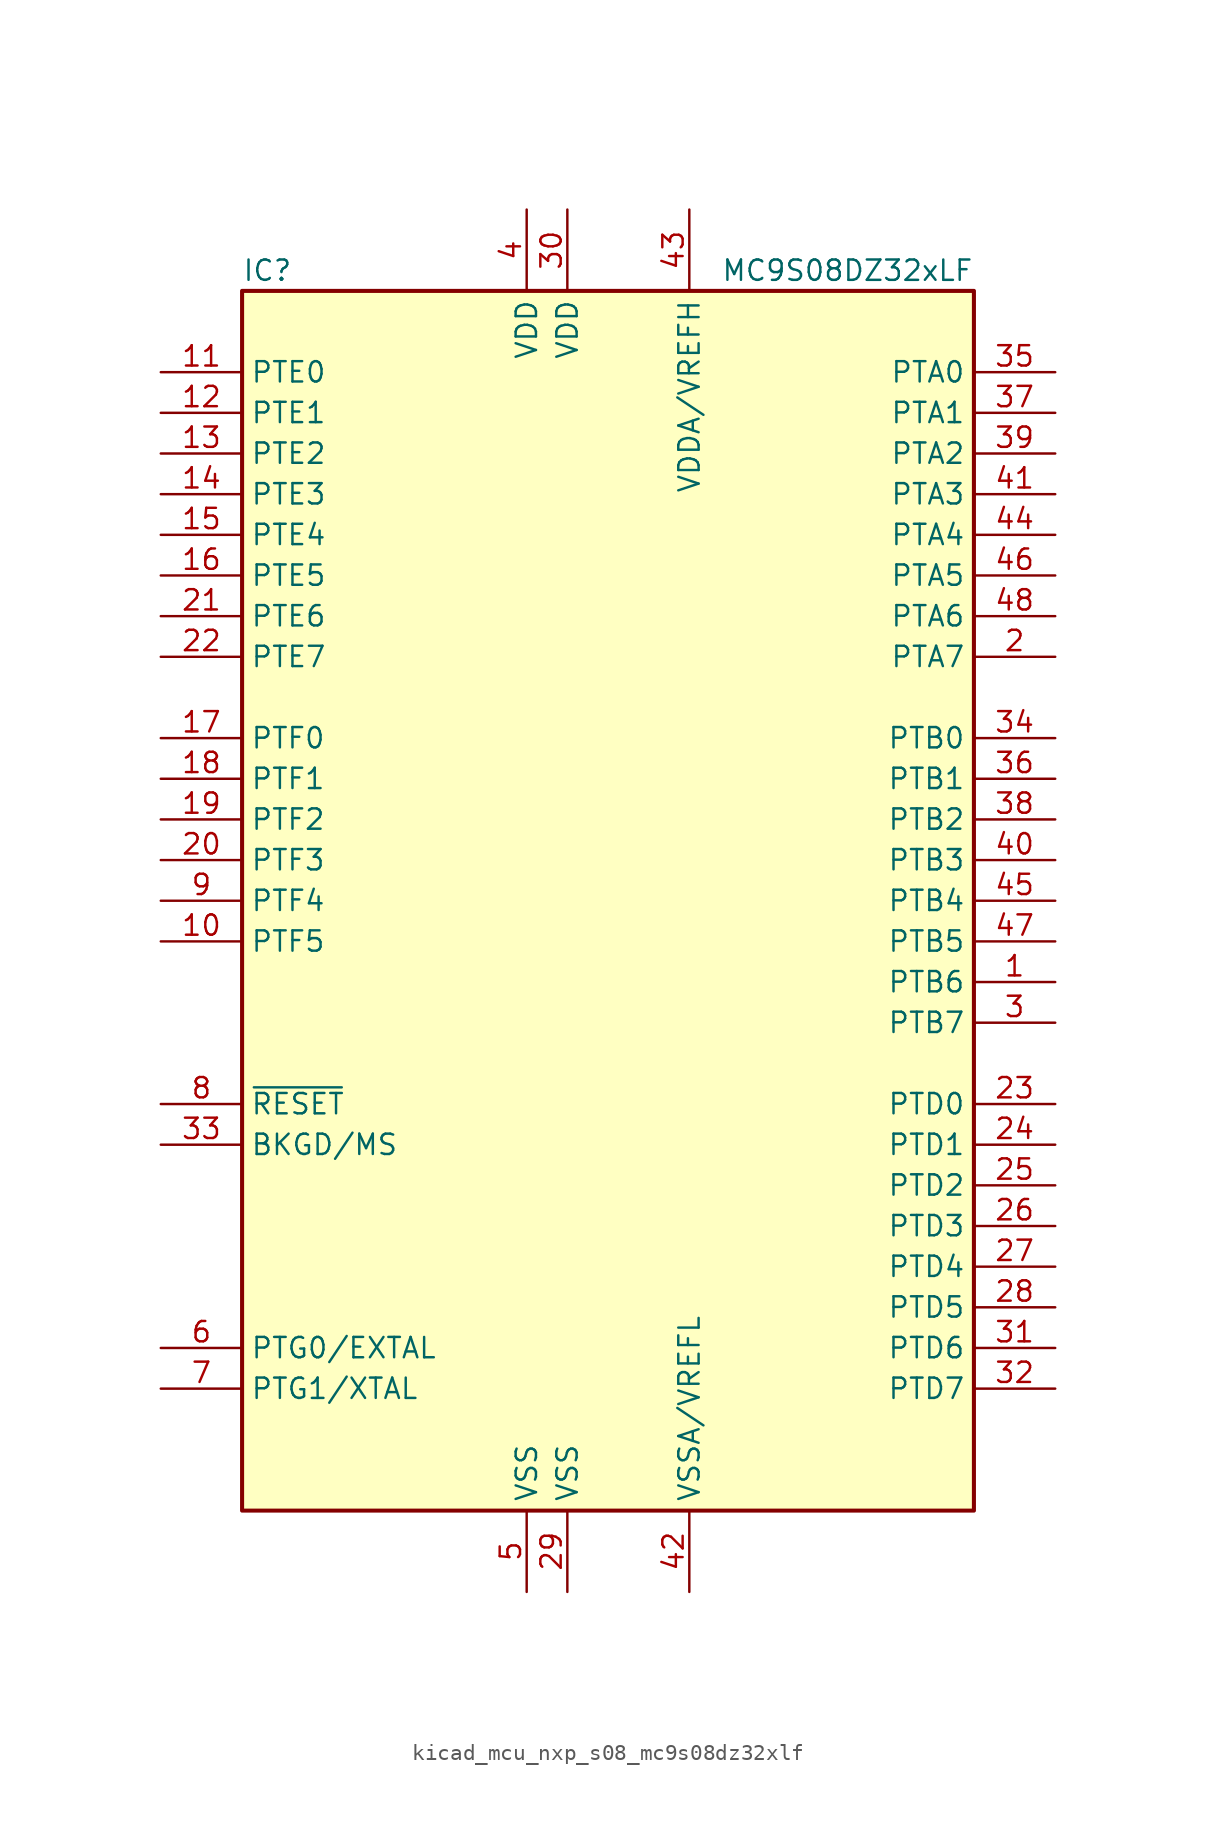
<source format=kicad_sym>
(kicad_symbol_lib
  (version 20220914)
  (generator kicad_symbol_editor)
  (symbol "kicad_mcu_nxp_s08_mc9s08dz32xlf"
    (property "Reference" "IC"
      (at -22.86 39.37 0)
      (effects (font (size 1.27 1.27)) (justify left)))
    (property "Value" "MC9S08DZ32xLF"
      (at 22.86 39.37 0)
      (effects (font (size 1.27 1.27)) (justify right)))
    (symbol "kicad_mcu_nxp_s08_mc9s08dz32xlf_0_1"
      (rectangle (start -22.86 38.1) (end 22.86 -38.1) (stroke (width 0.254) (type default)) (fill (type background))))
    (symbol "kicad_mcu_nxp_s08_mc9s08dz32xlf_1_1"
      (pin bidirectional line (at 27.94 -5.08 180) (length 5.08) (name "PTB6" (effects (font (size 1.27 1.27)))) (number "1" (effects (font (size 1.27 1.27)))))
      (pin bidirectional line (at -27.94 -2.54 0) (length 5.08) (name "PTF5" (effects (font (size 1.27 1.27)))) (number "10" (effects (font (size 1.27 1.27)))))
      (pin bidirectional line (at -27.94 33.02 0) (length 5.08) (name "PTE0" (effects (font (size 1.27 1.27)))) (number "11" (effects (font (size 1.27 1.27)))))
      (pin bidirectional line (at -27.94 30.48 0) (length 5.08) (name "PTE1" (effects (font (size 1.27 1.27)))) (number "12" (effects (font (size 1.27 1.27)))))
      (pin bidirectional line (at -27.94 27.94 0) (length 5.08) (name "PTE2" (effects (font (size 1.27 1.27)))) (number "13" (effects (font (size 1.27 1.27)))))
      (pin bidirectional line (at -27.94 25.4 0) (length 5.08) (name "PTE3" (effects (font (size 1.27 1.27)))) (number "14" (effects (font (size 1.27 1.27)))))
      (pin bidirectional line (at -27.94 22.86 0) (length 5.08) (name "PTE4" (effects (font (size 1.27 1.27)))) (number "15" (effects (font (size 1.27 1.27)))))
      (pin bidirectional line (at -27.94 20.32 0) (length 5.08) (name "PTE5" (effects (font (size 1.27 1.27)))) (number "16" (effects (font (size 1.27 1.27)))))
      (pin bidirectional line (at -27.94 10.16 0) (length 5.08) (name "PTF0" (effects (font (size 1.27 1.27)))) (number "17" (effects (font (size 1.27 1.27)))))
      (pin bidirectional line (at -27.94 7.62 0) (length 5.08) (name "PTF1" (effects (font (size 1.27 1.27)))) (number "18" (effects (font (size 1.27 1.27)))))
      (pin bidirectional line (at -27.94 5.08 0) (length 5.08) (name "PTF2" (effects (font (size 1.27 1.27)))) (number "19" (effects (font (size 1.27 1.27)))))
      (pin bidirectional line (at 27.94 15.24 180) (length 5.08) (name "PTA7" (effects (font (size 1.27 1.27)))) (number "2" (effects (font (size 1.27 1.27)))))
      (pin bidirectional line (at -27.94 2.54 0) (length 5.08) (name "PTF3" (effects (font (size 1.27 1.27)))) (number "20" (effects (font (size 1.27 1.27)))))
      (pin bidirectional line (at -27.94 17.78 0) (length 5.08) (name "PTE6" (effects (font (size 1.27 1.27)))) (number "21" (effects (font (size 1.27 1.27)))))
      (pin bidirectional line (at -27.94 15.24 0) (length 5.08) (name "PTE7" (effects (font (size 1.27 1.27)))) (number "22" (effects (font (size 1.27 1.27)))))
      (pin bidirectional line (at 27.94 -12.7 180) (length 5.08) (name "PTD0" (effects (font (size 1.27 1.27)))) (number "23" (effects (font (size 1.27 1.27)))))
      (pin bidirectional line (at 27.94 -15.24 180) (length 5.08) (name "PTD1" (effects (font (size 1.27 1.27)))) (number "24" (effects (font (size 1.27 1.27)))))
      (pin bidirectional line (at 27.94 -17.78 180) (length 5.08) (name "PTD2" (effects (font (size 1.27 1.27)))) (number "25" (effects (font (size 1.27 1.27)))))
      (pin bidirectional line (at 27.94 -20.32 180) (length 5.08) (name "PTD3" (effects (font (size 1.27 1.27)))) (number "26" (effects (font (size 1.27 1.27)))))
      (pin bidirectional line (at 27.94 -22.86 180) (length 5.08) (name "PTD4" (effects (font (size 1.27 1.27)))) (number "27" (effects (font (size 1.27 1.27)))))
      (pin bidirectional line (at 27.94 -25.4 180) (length 5.08) (name "PTD5" (effects (font (size 1.27 1.27)))) (number "28" (effects (font (size 1.27 1.27)))))
      (pin power_in line (at -2.54 -43.18 90) (length 5.08) (name "VSS" (effects (font (size 1.27 1.27)))) (number "29" (effects (font (size 1.27 1.27)))))
      (pin bidirectional line (at 27.94 -7.62 180) (length 5.08) (name "PTB7" (effects (font (size 1.27 1.27)))) (number "3" (effects (font (size 1.27 1.27)))))
      (pin power_in line (at -2.54 43.18 270) (length 5.08) (name "VDD" (effects (font (size 1.27 1.27)))) (number "30" (effects (font (size 1.27 1.27)))))
      (pin bidirectional line (at 27.94 -27.94 180) (length 5.08) (name "PTD6" (effects (font (size 1.27 1.27)))) (number "31" (effects (font (size 1.27 1.27)))))
      (pin bidirectional line (at 27.94 -30.48 180) (length 5.08) (name "PTD7" (effects (font (size 1.27 1.27)))) (number "32" (effects (font (size 1.27 1.27)))))
      (pin bidirectional line (at -27.94 -15.24 0) (length 5.08) (name "BKGD/MS" (effects (font (size 1.27 1.27)))) (number "33" (effects (font (size 1.27 1.27)))))
      (pin bidirectional line (at 27.94 10.16 180) (length 5.08) (name "PTB0" (effects (font (size 1.27 1.27)))) (number "34" (effects (font (size 1.27 1.27)))))
      (pin bidirectional line (at 27.94 33.02 180) (length 5.08) (name "PTA0" (effects (font (size 1.27 1.27)))) (number "35" (effects (font (size 1.27 1.27)))))
      (pin bidirectional line (at 27.94 7.62 180) (length 5.08) (name "PTB1" (effects (font (size 1.27 1.27)))) (number "36" (effects (font (size 1.27 1.27)))))
      (pin bidirectional line (at 27.94 30.48 180) (length 5.08) (name "PTA1" (effects (font (size 1.27 1.27)))) (number "37" (effects (font (size 1.27 1.27)))))
      (pin bidirectional line (at 27.94 5.08 180) (length 5.08) (name "PTB2" (effects (font (size 1.27 1.27)))) (number "38" (effects (font (size 1.27 1.27)))))
      (pin bidirectional line (at 27.94 27.94 180) (length 5.08) (name "PTA2" (effects (font (size 1.27 1.27)))) (number "39" (effects (font (size 1.27 1.27)))))
      (pin power_in line (at -5.08 43.18 270) (length 5.08) (name "VDD" (effects (font (size 1.27 1.27)))) (number "4" (effects (font (size 1.27 1.27)))))
      (pin bidirectional line (at 27.94 2.54 180) (length 5.08) (name "PTB3" (effects (font (size 1.27 1.27)))) (number "40" (effects (font (size 1.27 1.27)))))
      (pin bidirectional line (at 27.94 25.4 180) (length 5.08) (name "PTA3" (effects (font (size 1.27 1.27)))) (number "41" (effects (font (size 1.27 1.27)))))
      (pin power_in line (at 5.08 -43.18 90) (length 5.08) (name "VSSA/VREFL" (effects (font (size 1.27 1.27)))) (number "42" (effects (font (size 1.27 1.27)))))
      (pin power_in line (at 5.08 43.18 270) (length 5.08) (name "VDDA/VREFH" (effects (font (size 1.27 1.27)))) (number "43" (effects (font (size 1.27 1.27)))))
      (pin bidirectional line (at 27.94 22.86 180) (length 5.08) (name "PTA4" (effects (font (size 1.27 1.27)))) (number "44" (effects (font (size 1.27 1.27)))))
      (pin bidirectional line (at 27.94 0 180) (length 5.08) (name "PTB4" (effects (font (size 1.27 1.27)))) (number "45" (effects (font (size 1.27 1.27)))))
      (pin bidirectional line (at 27.94 20.32 180) (length 5.08) (name "PTA5" (effects (font (size 1.27 1.27)))) (number "46" (effects (font (size 1.27 1.27)))))
      (pin bidirectional line (at 27.94 -2.54 180) (length 5.08) (name "PTB5" (effects (font (size 1.27 1.27)))) (number "47" (effects (font (size 1.27 1.27)))))
      (pin bidirectional line (at 27.94 17.78 180) (length 5.08) (name "PTA6" (effects (font (size 1.27 1.27)))) (number "48" (effects (font (size 1.27 1.27)))))
      (pin power_in line (at -5.08 -43.18 90) (length 5.08) (name "VSS" (effects (font (size 1.27 1.27)))) (number "5" (effects (font (size 1.27 1.27)))))
      (pin bidirectional line (at -27.94 -27.94 0) (length 5.08) (name "PTG0/EXTAL" (effects (font (size 1.27 1.27)))) (number "6" (effects (font (size 1.27 1.27)))))
      (pin bidirectional line (at -27.94 -30.48 0) (length 5.08) (name "PTG1/XTAL" (effects (font (size 1.27 1.27)))) (number "7" (effects (font (size 1.27 1.27)))))
      (pin input line (at -27.94 -12.7 0) (length 5.08) (name "~{RESET}" (effects (font (size 1.27 1.27)))) (number "8" (effects (font (size 1.27 1.27)))))
      (pin bidirectional line (at -27.94 0 0) (length 5.08) (name "PTF4" (effects (font (size 1.27 1.27)))) (number "9" (effects (font (size 1.27 1.27))))))))
</source>
